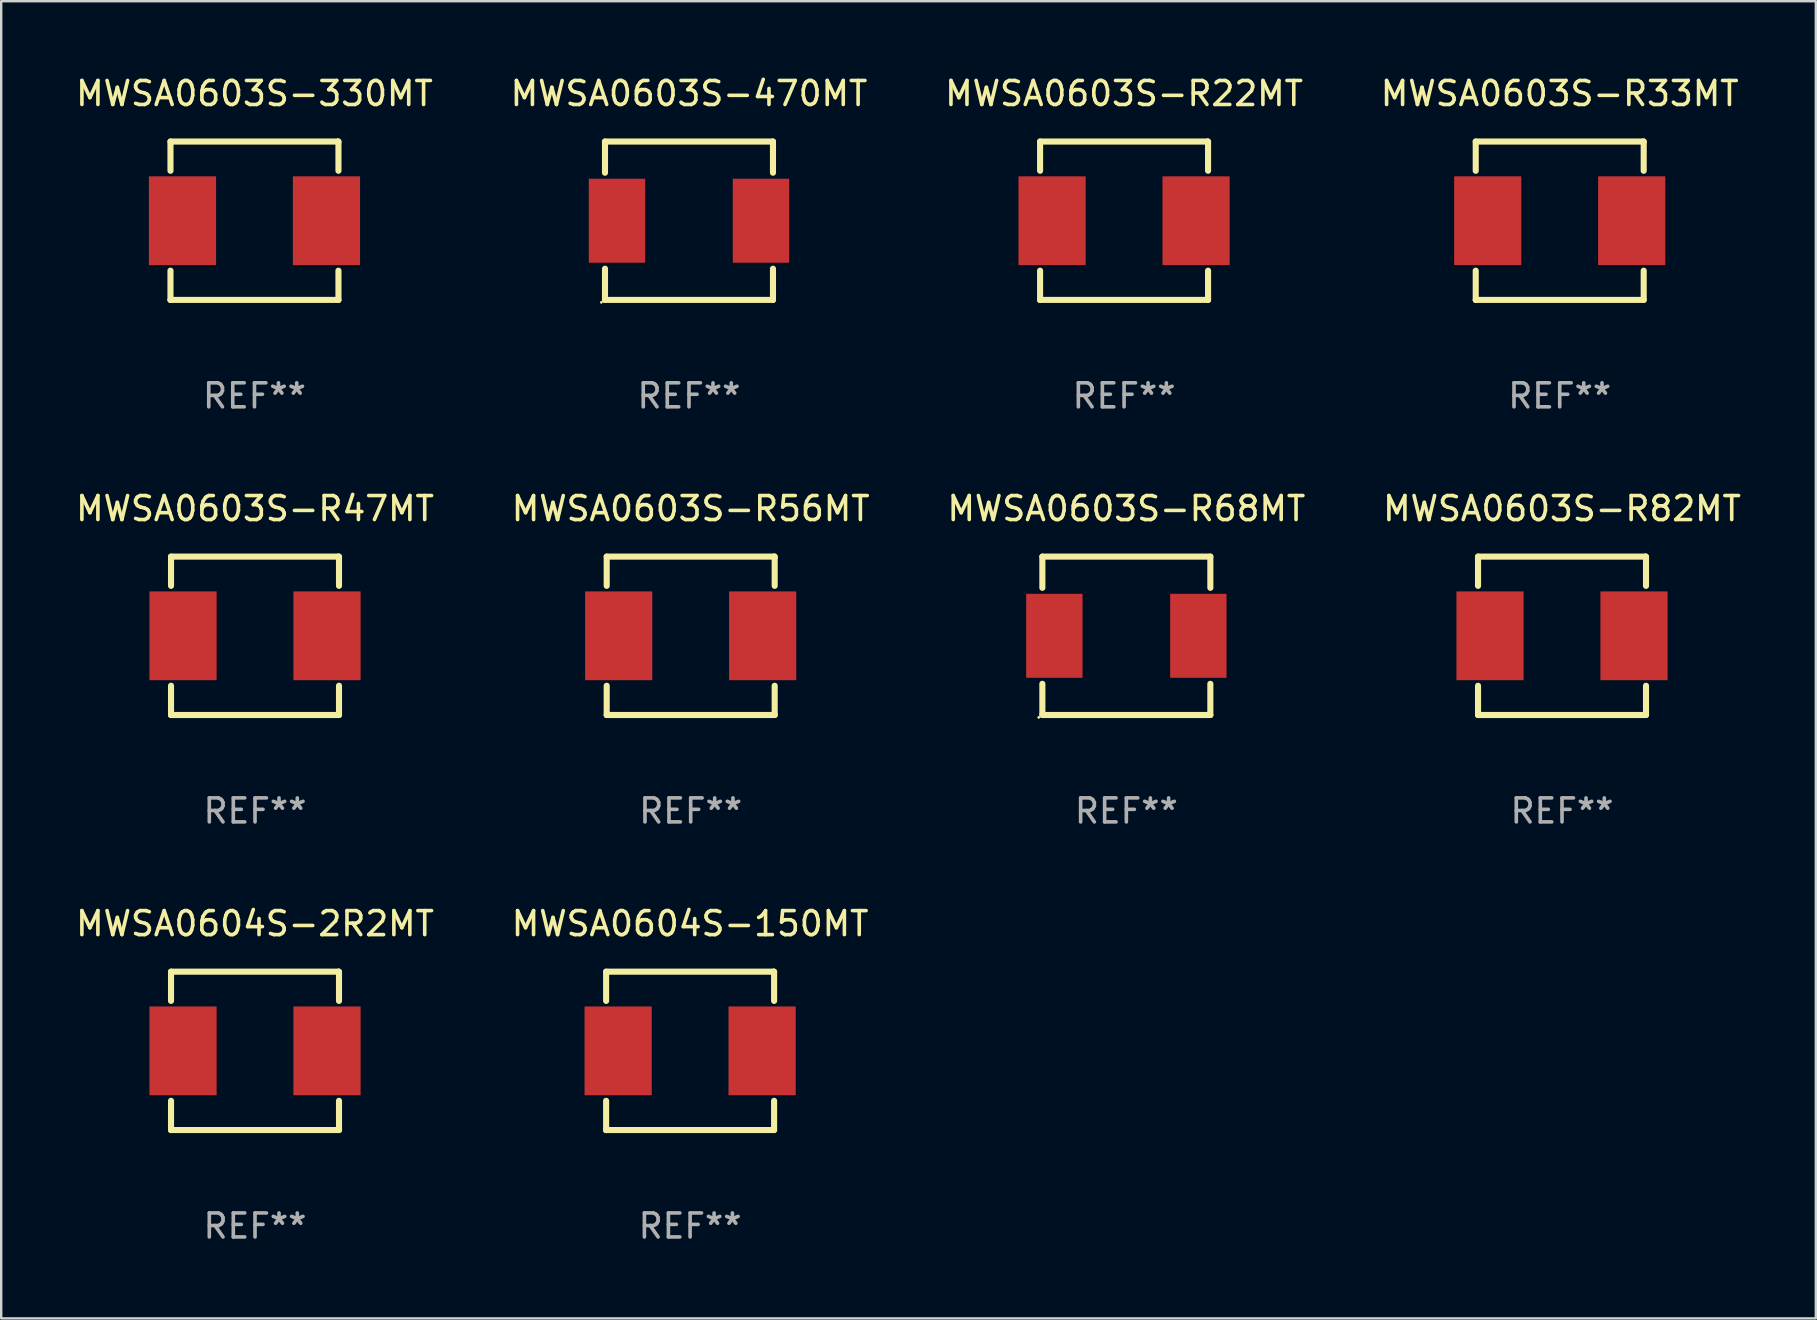
<source format=kicad_pcb>
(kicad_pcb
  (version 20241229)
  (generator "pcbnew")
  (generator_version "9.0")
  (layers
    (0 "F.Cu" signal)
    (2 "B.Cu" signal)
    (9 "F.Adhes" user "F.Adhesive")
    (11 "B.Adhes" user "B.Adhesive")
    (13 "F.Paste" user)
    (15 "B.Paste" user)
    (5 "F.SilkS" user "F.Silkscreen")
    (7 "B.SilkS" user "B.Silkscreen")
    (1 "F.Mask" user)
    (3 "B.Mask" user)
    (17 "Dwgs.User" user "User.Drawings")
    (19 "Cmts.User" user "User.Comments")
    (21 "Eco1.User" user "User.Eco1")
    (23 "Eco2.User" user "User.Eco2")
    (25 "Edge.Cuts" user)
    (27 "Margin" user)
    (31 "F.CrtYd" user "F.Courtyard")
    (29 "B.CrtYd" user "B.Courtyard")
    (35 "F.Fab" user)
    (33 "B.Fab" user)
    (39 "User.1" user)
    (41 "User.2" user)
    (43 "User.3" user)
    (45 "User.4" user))
  (footprint "MWSA0603S-R22MT"
    (layer "F.Cu")
    (at 43.792 6.148)
    (property "Reference" "MWSA0603S-R22MT" (at 0 -5.3 0) (layer "F.SilkS") (effects (font (size 1 1) (thickness 0.15))))
    (attr through_hole)
    (fp_line (start -3.5 -3.3) (end 3.48 -3.3) (stroke (width 0.254) (type solid)) (layer "F.SilkS"))
    (fp_line (start -3.5 -2.081) (end -3.5 -3.3) (stroke (width 0.254) (type solid)) (layer "F.SilkS"))
    (fp_line (start -3.5 3.3) (end -3.5 2.081) (stroke (width 0.254) (type solid)) (layer "F.SilkS"))
    (fp_line (start -3.49 3.3) (end -3.5 3.3) (stroke (width 0.254) (type solid)) (layer "F.SilkS"))
    (fp_line (start 3.48 -3.3) (end 3.5 -3.28) (stroke (width 0.254) (type solid)) (layer "F.SilkS"))
    (fp_line (start 3.5 -3.3) (end 3.5 -2.081) (stroke (width 0.254) (type solid)) (layer "F.SilkS"))
    (fp_line (start 3.5 2.081) (end 3.5 3.3) (stroke (width 0.254) (type solid)) (layer "F.SilkS"))
    (fp_line (start 3.5 3.3) (end -3.49 3.3) (stroke (width 0.254) (type solid)) (layer "F.SilkS"))
    (fp_circle (center -3.5 3.3) (end -3.47 3.3) (stroke (width 0.06) (type solid)) (fill no) (layer "F.SilkS"))
    (fp_text user "REF**" (at 0 7.3 0) (layer "F.Fab") (effects (font (size 1 1) (thickness 0.15))))
    (pad "1" smd rect (at -3 0) (size 2.8 3.7) (layers "F.Cu" "F.Mask" "F.Paste"))
    (pad "2" smd rect (at 3 0) (size 2.8 3.7) (layers "F.Cu" "F.Mask" "F.Paste")))
  (footprint "MWSA0603S-R56MT"
    (layer "F.Cu")
    (at 25.732 23.445)
    (property "Reference" "MWSA0603S-R56MT" (at 0 -5.3 0) (layer "F.SilkS") (effects (font (size 1 1) (thickness 0.15))))
    (attr through_hole)
    (fp_line (start -3.5 -3.3) (end 3.48 -3.3) (stroke (width 0.254) (type solid)) (layer "F.SilkS"))
    (fp_line (start -3.5 -2.081) (end -3.5 -3.3) (stroke (width 0.254) (type solid)) (layer "F.SilkS"))
    (fp_line (start -3.5 3.3) (end -3.5 2.081) (stroke (width 0.254) (type solid)) (layer "F.SilkS"))
    (fp_line (start -3.49 3.3) (end -3.5 3.3) (stroke (width 0.254) (type solid)) (layer "F.SilkS"))
    (fp_line (start 3.48 -3.3) (end 3.5 -3.28) (stroke (width 0.254) (type solid)) (layer "F.SilkS"))
    (fp_line (start 3.5 -3.3) (end 3.5 -2.081) (stroke (width 0.254) (type solid)) (layer "F.SilkS"))
    (fp_line (start 3.5 2.081) (end 3.5 3.3) (stroke (width 0.254) (type solid)) (layer "F.SilkS"))
    (fp_line (start 3.5 3.3) (end -3.49 3.3) (stroke (width 0.254) (type solid)) (layer "F.SilkS"))
    (fp_circle (center -3.5 3.3) (end -3.47 3.3) (stroke (width 0.06) (type solid)) (fill no) (layer "F.SilkS"))
    (fp_text user "REF**" (at 0 7.3 0) (layer "F.Fab") (effects (font (size 1 1) (thickness 0.15))))
    (pad "1" smd rect (at -3 0) (size 2.8 3.7) (layers "F.Cu" "F.Mask" "F.Paste"))
    (pad "2" smd rect (at 3 0) (size 2.8 3.7) (layers "F.Cu" "F.Mask" "F.Paste")))
  (footprint "MWSA0603S-470MT"
    (layer "F.Cu")
    (at 25.661 6.148)
    (property "Reference" "MWSA0603S-470MT" (at 0 -5.3 0) (layer "F.SilkS") (effects (font (size 1 1) (thickness 0.15))))
    (attr through_hole)
    (fp_line (start -3.5 3.3) (end 3.5 3.3) (stroke (width 0.254) (type solid)) (layer "F.SilkS"))
    (fp_line (start -3.5 -3.3) (end -3.5 -2) (stroke (width 0.254) (type solid)) (layer "F.SilkS"))
    (fp_line (start -3.5 -3.3) (end 3.5 -3.3) (stroke (width 0.254) (type solid)) (layer "F.SilkS"))
    (fp_line (start -3.5 2) (end -3.5 3.3) (stroke (width 0.254) (type solid)) (layer "F.SilkS"))
    (fp_line (start 3.5 -3.3) (end 3.5 -2) (stroke (width 0.254) (type solid)) (layer "F.SilkS"))
    (fp_line (start 3.5 2) (end 3.5 3.3) (stroke (width 0.254) (type solid)) (layer "F.SilkS"))
    (fp_circle (center -3.65 3.4) (end -3.62 3.4) (stroke (width 0.06) (type solid)) (fill no) (layer "F.SilkS"))
    (fp_text user "REF**" (at 0 7.3 0) (layer "F.Fab") (effects (font (size 1 1) (thickness 0.15))))
    (pad "1" smd rect (at -3 0) (size 2.35 3.5) (layers "F.Cu" "F.Mask" "F.Paste"))
    (pad "2" smd rect (at 3 0) (size 2.35 3.5) (layers "F.Cu" "F.Mask" "F.Paste")))
  (footprint "MWSA0603S-R68MT"
    (layer "F.Cu")
    (at 43.887 23.445)
    (property "Reference" "MWSA0603S-R68MT" (at 0 -5.3 0) (layer "F.SilkS") (effects (font (size 1 1) (thickness 0.15))))
    (attr through_hole)
    (fp_line (start -3.5 3.3) (end 3.5 3.3) (stroke (width 0.254) (type solid)) (layer "F.SilkS"))
    (fp_line (start -3.5 -3.3) (end -3.5 -2) (stroke (width 0.254) (type solid)) (layer "F.SilkS"))
    (fp_line (start -3.5 -3.3) (end 3.5 -3.3) (stroke (width 0.254) (type solid)) (layer "F.SilkS"))
    (fp_line (start -3.5 2) (end -3.5 3.3) (stroke (width 0.254) (type solid)) (layer "F.SilkS"))
    (fp_line (start 3.5 -3.3) (end 3.5 -2) (stroke (width 0.254) (type solid)) (layer "F.SilkS"))
    (fp_line (start 3.5 2) (end 3.5 3.3) (stroke (width 0.254) (type solid)) (layer "F.SilkS"))
    (fp_circle (center -3.65 3.4) (end -3.62 3.4) (stroke (width 0.06) (type solid)) (fill no) (layer "F.SilkS"))
    (fp_text user "REF**" (at 0 7.3 0) (layer "F.Fab") (effects (font (size 1 1) (thickness 0.15))))
    (pad "1" smd rect (at -3 0) (size 2.35 3.5) (layers "F.Cu" "F.Mask" "F.Paste"))
    (pad "2" smd rect (at 3 0) (size 2.35 3.5) (layers "F.Cu" "F.Mask" "F.Paste")))
  (footprint "MWSA0603S-R82MT"
    (layer "F.Cu")
    (at 62.042 23.445)
    (property "Reference" "MWSA0603S-R82MT" (at 0 -5.3 0) (layer "F.SilkS") (effects (font (size 1 1) (thickness 0.15))))
    (attr through_hole)
    (fp_line (start -3.5 -3.3) (end 3.48 -3.3) (stroke (width 0.254) (type solid)) (layer "F.SilkS"))
    (fp_line (start -3.5 -2.081) (end -3.5 -3.3) (stroke (width 0.254) (type solid)) (layer "F.SilkS"))
    (fp_line (start -3.5 3.3) (end -3.5 2.081) (stroke (width 0.254) (type solid)) (layer "F.SilkS"))
    (fp_line (start -3.49 3.3) (end -3.5 3.3) (stroke (width 0.254) (type solid)) (layer "F.SilkS"))
    (fp_line (start 3.48 -3.3) (end 3.5 -3.28) (stroke (width 0.254) (type solid)) (layer "F.SilkS"))
    (fp_line (start 3.5 -3.3) (end 3.5 -2.081) (stroke (width 0.254) (type solid)) (layer "F.SilkS"))
    (fp_line (start 3.5 2.081) (end 3.5 3.3) (stroke (width 0.254) (type solid)) (layer "F.SilkS"))
    (fp_line (start 3.5 3.3) (end -3.49 3.3) (stroke (width 0.254) (type solid)) (layer "F.SilkS"))
    (fp_circle (center -3.5 3.3) (end -3.47 3.3) (stroke (width 0.06) (type solid)) (fill no) (layer "F.SilkS"))
    (fp_text user "REF**" (at 0 7.3 0) (layer "F.Fab") (effects (font (size 1 1) (thickness 0.15))))
    (pad "1" smd rect (at -3 0) (size 2.8 3.7) (layers "F.Cu" "F.Mask" "F.Paste"))
    (pad "2" smd rect (at 3 0) (size 2.8 3.7) (layers "F.Cu" "F.Mask" "F.Paste")))
  (footprint "MWSA0604S-150MT"
    (layer "F.Cu")
    (at 25.708 40.741)
    (property "Reference" "MWSA0604S-150MT" (at 0 -5.3 0) (layer "F.SilkS") (effects (font (size 1 1) (thickness 0.15))))
    (attr through_hole)
    (fp_line (start -3.5 -3.3) (end 3.48 -3.3) (stroke (width 0.254) (type solid)) (layer "F.SilkS"))
    (fp_line (start -3.5 -2.081) (end -3.5 -3.3) (stroke (width 0.254) (type solid)) (layer "F.SilkS"))
    (fp_line (start -3.5 3.3) (end -3.5 2.081) (stroke (width 0.254) (type solid)) (layer "F.SilkS"))
    (fp_line (start -3.49 3.3) (end -3.5 3.3) (stroke (width 0.254) (type solid)) (layer "F.SilkS"))
    (fp_line (start 3.48 -3.3) (end 3.5 -3.28) (stroke (width 0.254) (type solid)) (layer "F.SilkS"))
    (fp_line (start 3.5 -3.3) (end 3.5 -2.081) (stroke (width 0.254) (type solid)) (layer "F.SilkS"))
    (fp_line (start 3.5 2.081) (end 3.5 3.3) (stroke (width 0.254) (type solid)) (layer "F.SilkS"))
    (fp_line (start 3.5 3.3) (end -3.49 3.3) (stroke (width 0.254) (type solid)) (layer "F.SilkS"))
    (fp_circle (center -3.5 3.3) (end -3.47 3.3) (stroke (width 0.06) (type solid)) (fill no) (layer "F.SilkS"))
    (fp_text user "REF**" (at 0 7.3 0) (layer "F.Fab") (effects (font (size 1 1) (thickness 0.15))))
    (pad "1" smd rect (at -3 0) (size 2.8 3.7) (layers "F.Cu" "F.Mask" "F.Paste"))
    (pad "2" smd rect (at 3 0) (size 2.8 3.7) (layers "F.Cu" "F.Mask" "F.Paste")))
  (footprint "MWSA0603S-R47MT"
    (layer "F.Cu")
    (at 7.577 23.445)
    (property "Reference" "MWSA0603S-R47MT" (at 0 -5.3 0) (layer "F.SilkS") (effects (font (size 1 1) (thickness 0.15))))
    (attr through_hole)
    (fp_line (start -3.5 -3.3) (end 3.48 -3.3) (stroke (width 0.254) (type solid)) (layer "F.SilkS"))
    (fp_line (start -3.5 -2.081) (end -3.5 -3.3) (stroke (width 0.254) (type solid)) (layer "F.SilkS"))
    (fp_line (start -3.5 3.3) (end -3.5 2.081) (stroke (width 0.254) (type solid)) (layer "F.SilkS"))
    (fp_line (start -3.49 3.3) (end -3.5 3.3) (stroke (width 0.254) (type solid)) (layer "F.SilkS"))
    (fp_line (start 3.48 -3.3) (end 3.5 -3.28) (stroke (width 0.254) (type solid)) (layer "F.SilkS"))
    (fp_line (start 3.5 -3.3) (end 3.5 -2.081) (stroke (width 0.254) (type solid)) (layer "F.SilkS"))
    (fp_line (start 3.5 2.081) (end 3.5 3.3) (stroke (width 0.254) (type solid)) (layer "F.SilkS"))
    (fp_line (start 3.5 3.3) (end -3.49 3.3) (stroke (width 0.254) (type solid)) (layer "F.SilkS"))
    (fp_circle (center -3.5 3.3) (end -3.47 3.3) (stroke (width 0.06) (type solid)) (fill no) (layer "F.SilkS"))
    (fp_text user "REF**" (at 0 7.3 0) (layer "F.Fab") (effects (font (size 1 1) (thickness 0.15))))
    (pad "1" smd rect (at -3 0) (size 2.8 3.7) (layers "F.Cu" "F.Mask" "F.Paste"))
    (pad "2" smd rect (at 3 0) (size 2.8 3.7) (layers "F.Cu" "F.Mask" "F.Paste")))
  (footprint "MWSA0603S-R33MT"
    (layer "F.Cu")
    (at 61.946 6.148)
    (property "Reference" "MWSA0603S-R33MT" (at 0 -5.3 0) (layer "F.SilkS") (effects (font (size 1 1) (thickness 0.15))))
    (attr through_hole)
    (fp_line (start -3.5 -3.3) (end 3.48 -3.3) (stroke (width 0.254) (type solid)) (layer "F.SilkS"))
    (fp_line (start -3.5 -2.081) (end -3.5 -3.3) (stroke (width 0.254) (type solid)) (layer "F.SilkS"))
    (fp_line (start -3.5 3.3) (end -3.5 2.081) (stroke (width 0.254) (type solid)) (layer "F.SilkS"))
    (fp_line (start -3.49 3.3) (end -3.5 3.3) (stroke (width 0.254) (type solid)) (layer "F.SilkS"))
    (fp_line (start 3.48 -3.3) (end 3.5 -3.28) (stroke (width 0.254) (type solid)) (layer "F.SilkS"))
    (fp_line (start 3.5 -3.3) (end 3.5 -2.081) (stroke (width 0.254) (type solid)) (layer "F.SilkS"))
    (fp_line (start 3.5 2.081) (end 3.5 3.3) (stroke (width 0.254) (type solid)) (layer "F.SilkS"))
    (fp_line (start 3.5 3.3) (end -3.49 3.3) (stroke (width 0.254) (type solid)) (layer "F.SilkS"))
    (fp_circle (center -3.5 3.3) (end -3.47 3.3) (stroke (width 0.06) (type solid)) (fill no) (layer "F.SilkS"))
    (fp_text user "REF**" (at 0 7.3 0) (layer "F.Fab") (effects (font (size 1 1) (thickness 0.15))))
    (pad "1" smd rect (at -3 0) (size 2.8 3.7) (layers "F.Cu" "F.Mask" "F.Paste"))
    (pad "2" smd rect (at 3 0) (size 2.8 3.7) (layers "F.Cu" "F.Mask" "F.Paste")))
  (footprint "MWSA0603S-330MT"
    (layer "F.Cu")
    (at 7.554 6.148)
    (property "Reference" "MWSA0603S-330MT" (at 0 -5.3 0) (layer "F.SilkS") (effects (font (size 1 1) (thickness 0.15))))
    (attr through_hole)
    (fp_line (start -3.5 -3.3) (end 3.48 -3.3) (stroke (width 0.254) (type solid)) (layer "F.SilkS"))
    (fp_line (start -3.5 -2.081) (end -3.5 -3.3) (stroke (width 0.254) (type solid)) (layer "F.SilkS"))
    (fp_line (start -3.5 3.3) (end -3.5 2.081) (stroke (width 0.254) (type solid)) (layer "F.SilkS"))
    (fp_line (start -3.49 3.3) (end -3.5 3.3) (stroke (width 0.254) (type solid)) (layer "F.SilkS"))
    (fp_line (start 3.48 -3.3) (end 3.5 -3.28) (stroke (width 0.254) (type solid)) (layer "F.SilkS"))
    (fp_line (start 3.5 -3.3) (end 3.5 -2.081) (stroke (width 0.254) (type solid)) (layer "F.SilkS"))
    (fp_line (start 3.5 2.081) (end 3.5 3.3) (stroke (width 0.254) (type solid)) (layer "F.SilkS"))
    (fp_line (start 3.5 3.3) (end -3.49 3.3) (stroke (width 0.254) (type solid)) (layer "F.SilkS"))
    (fp_circle (center -3.5 3.3) (end -3.47 3.3) (stroke (width 0.06) (type solid)) (fill no) (layer "F.SilkS"))
    (fp_text user "REF**" (at 0 7.3 0) (layer "F.Fab") (effects (font (size 1 1) (thickness 0.15))))
    (pad "1" smd rect (at -3 0) (size 2.8 3.7) (layers "F.Cu" "F.Mask" "F.Paste"))
    (pad "2" smd rect (at 3 0) (size 2.8 3.7) (layers "F.Cu" "F.Mask" "F.Paste")))
  (footprint "MWSA0604S-2R2MT"
    (layer "F.Cu")
    (at 7.577 40.741)
    (property "Reference" "MWSA0604S-2R2MT" (at 0 -5.3 0) (layer "F.SilkS") (effects (font (size 1 1) (thickness 0.15))))
    (attr through_hole)
    (fp_line (start -3.5 -3.3) (end 3.48 -3.3) (stroke (width 0.254) (type solid)) (layer "F.SilkS"))
    (fp_line (start -3.5 -2.081) (end -3.5 -3.3) (stroke (width 0.254) (type solid)) (layer "F.SilkS"))
    (fp_line (start -3.5 3.3) (end -3.5 2.081) (stroke (width 0.254) (type solid)) (layer "F.SilkS"))
    (fp_line (start -3.49 3.3) (end -3.5 3.3) (stroke (width 0.254) (type solid)) (layer "F.SilkS"))
    (fp_line (start 3.48 -3.3) (end 3.5 -3.28) (stroke (width 0.254) (type solid)) (layer "F.SilkS"))
    (fp_line (start 3.5 -3.3) (end 3.5 -2.081) (stroke (width 0.254) (type solid)) (layer "F.SilkS"))
    (fp_line (start 3.5 2.081) (end 3.5 3.3) (stroke (width 0.254) (type solid)) (layer "F.SilkS"))
    (fp_line (start 3.5 3.3) (end -3.49 3.3) (stroke (width 0.254) (type solid)) (layer "F.SilkS"))
    (fp_circle (center -3.5 3.3) (end -3.47 3.3) (stroke (width 0.06) (type solid)) (fill no) (layer "F.SilkS"))
    (fp_text user "REF**" (at 0 7.3 0) (layer "F.Fab") (effects (font (size 1 1) (thickness 0.15))))
    (pad "1" smd rect (at -3 0) (size 2.8 3.7) (layers "F.Cu" "F.Mask" "F.Paste"))
    (pad "2" smd rect (at 3 0) (size 2.8 3.7) (layers "F.Cu" "F.Mask" "F.Paste")))
  (gr_rect
    (start -3 -3)
    (end 72.619 51.89)
    (stroke (width 0.1) (type default))
    (fill no)
    (layer "Edge.Cuts")))
</source>
